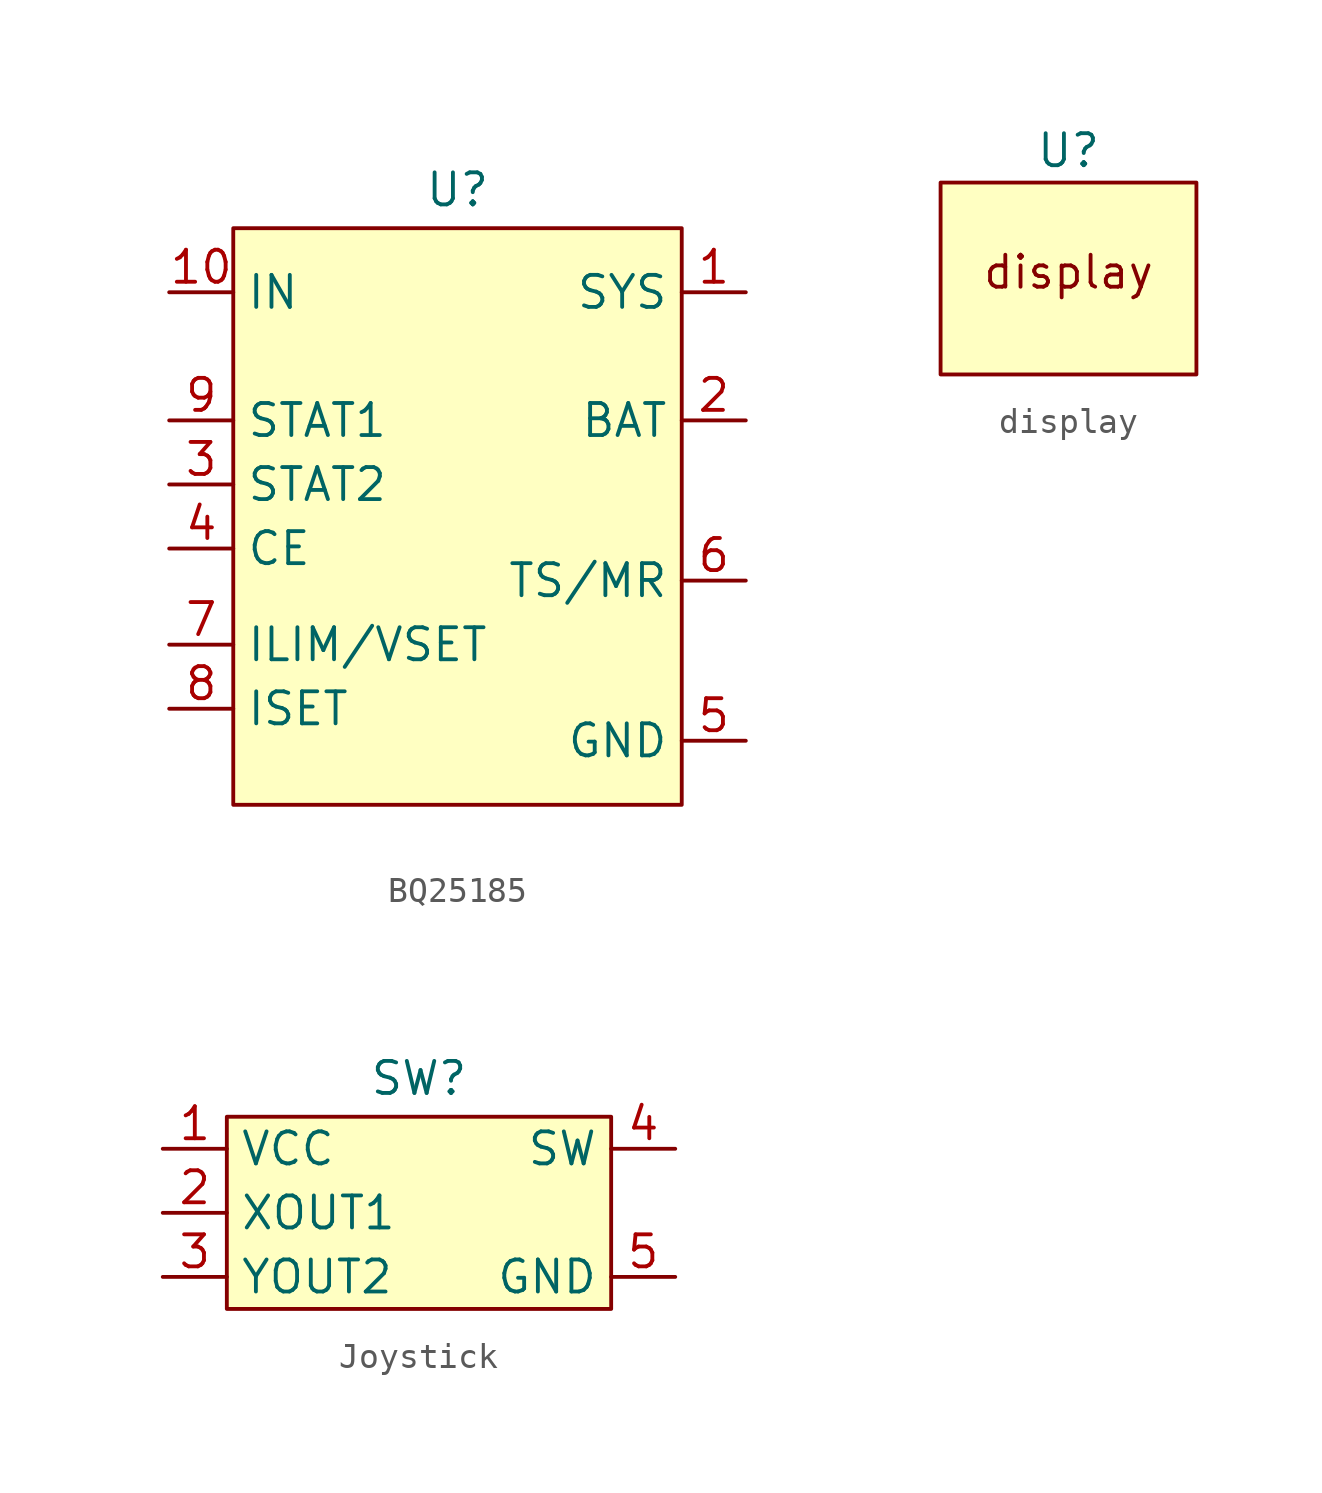
<source format=kicad_sym>
(kicad_symbol_lib
  (version 20241209)
  (generator "kicad_symbol_editor")
  (generator_version "9.0")
  (symbol "BQ25185"
    (property "Reference" "U"
      (at 0 12.954 0)
      (effects (font (size 1.27 1.27))))
    (property "Value" ""
      (at 0 0 0)
      (effects (font (size 1.27 1.27))))
    (symbol "BQ25185_0_1"
      (rectangle (start -8.89 11.43) (end 8.89 -11.43) (stroke (width 0) (type default)) (fill (type background))))
    (symbol "BQ25185_1_1"
      (pin passive line (at -11.43 8.89 0) (length 2.54) (name "IN" (effects (font (size 1.27 1.27)))) (number "10" (effects (font (size 1.27 1.27)))))
      (pin passive line (at -11.43 3.81 0) (length 2.54) (name "STAT1" (effects (font (size 1.27 1.27)))) (number "9" (effects (font (size 1.27 1.27)))))
      (pin passive line (at -11.43 1.27 0) (length 2.54) (name "STAT2" (effects (font (size 1.27 1.27)))) (number "3" (effects (font (size 1.27 1.27)))))
      (pin passive line (at -11.43 -1.27 0) (length 2.54) (name "CE" (effects (font (size 1.27 1.27)))) (number "4" (effects (font (size 1.27 1.27)))))
      (pin passive line (at -11.43 -5.08 0) (length 2.54) (name "ILIM/VSET" (effects (font (size 1.27 1.27)))) (number "7" (effects (font (size 1.27 1.27)))))
      (pin passive line (at -11.43 -7.62 0) (length 2.54) (name "ISET" (effects (font (size 1.27 1.27)))) (number "8" (effects (font (size 1.27 1.27)))))
      (pin passive line (at 11.43 8.89 180) (length 2.54) (name "SYS" (effects (font (size 1.27 1.27)))) (number "1" (effects (font (size 1.27 1.27)))))
      (pin passive line (at 11.43 3.81 180) (length 2.54) (name "BAT" (effects (font (size 1.27 1.27)))) (number "2" (effects (font (size 1.27 1.27)))))
      (pin passive line (at 11.43 -2.54 180) (length 2.54) (name "TS/MR" (effects (font (size 1.27 1.27)))) (number "6" (effects (font (size 1.27 1.27)))))
      (pin passive line (at 11.43 -8.89 180) (length 2.54) (name "GND" (effects (font (size 1.27 1.27)))) (number "5" (effects (font (size 1.27 1.27)))))))
  (symbol "display"
    (property "Reference" "U"
      (at 0 5.08 0)
      (effects (font (size 1.27 1.27))))
    (property "Value" ""
      (at 0 0 0)
      (effects (font (size 1.27 1.27))))
    (symbol "display_0_1"
      (rectangle (start -5.08 3.81) (end 5.08 -3.81) (stroke (width 0) (type default)) (fill (type background))))
    (symbol "display_1_1"
      (text "display" (at 0 0.254 0) (effects (font (size 1.27 1.27))))))
  (symbol "Joystick"
    (property "Reference" "SW"
      (at 0 5.334 0)
      (effects (font (size 1.27 1.27))))
    (property "Value" ""
      (at 0 0 0)
      (effects (font (size 1.27 1.27))))
    (symbol "Joystick_0_1"
      (rectangle (start -7.62 3.81) (end 7.62 -3.81) (stroke (width 0) (type default)) (fill (type background))))
    (symbol "Joystick_1_1"
      (pin passive line (at -10.16 2.54 0) (length 2.54) (name "VCC" (effects (font (size 1.27 1.27)))) (number "1" (effects (font (size 1.27 1.27)))))
      (pin passive line (at -10.16 0 0) (length 2.54) (name "XOUT1" (effects (font (size 1.27 1.27)))) (number "2" (effects (font (size 1.27 1.27)))))
      (pin passive line (at -10.16 -2.54 0) (length 2.54) (name "YOUT2" (effects (font (size 1.27 1.27)))) (number "3" (effects (font (size 1.27 1.27)))))
      (pin passive line (at 10.16 2.54 180) (length 2.54) (name "SW" (effects (font (size 1.27 1.27)))) (number "4" (effects (font (size 1.27 1.27)))))
      (pin passive line (at 10.16 -2.54 180) (length 2.54) (name "GND" (effects (font (size 1.27 1.27)))) (number "5" (effects (font (size 1.27 1.27))))))))
</source>
